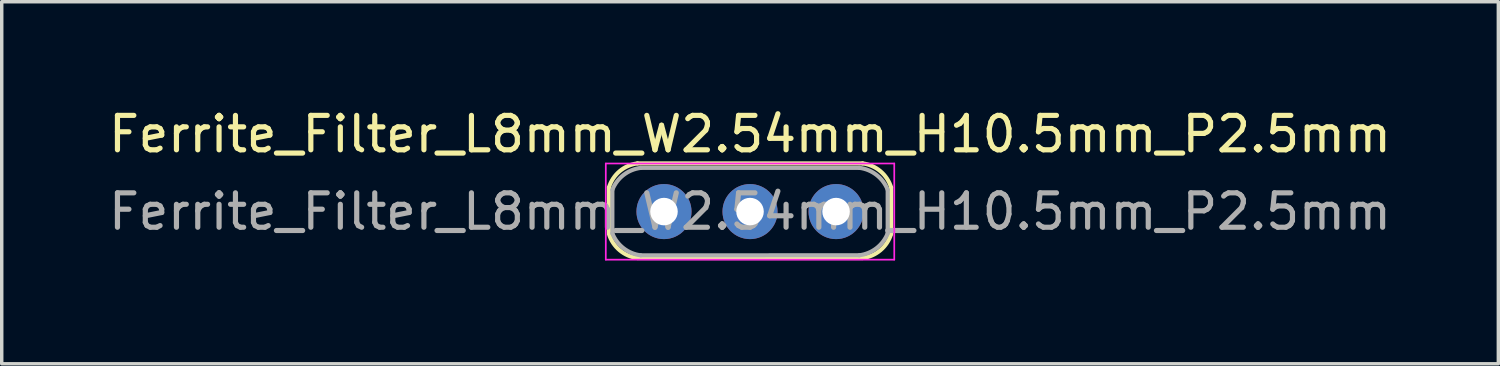
<source format=kicad_pcb>
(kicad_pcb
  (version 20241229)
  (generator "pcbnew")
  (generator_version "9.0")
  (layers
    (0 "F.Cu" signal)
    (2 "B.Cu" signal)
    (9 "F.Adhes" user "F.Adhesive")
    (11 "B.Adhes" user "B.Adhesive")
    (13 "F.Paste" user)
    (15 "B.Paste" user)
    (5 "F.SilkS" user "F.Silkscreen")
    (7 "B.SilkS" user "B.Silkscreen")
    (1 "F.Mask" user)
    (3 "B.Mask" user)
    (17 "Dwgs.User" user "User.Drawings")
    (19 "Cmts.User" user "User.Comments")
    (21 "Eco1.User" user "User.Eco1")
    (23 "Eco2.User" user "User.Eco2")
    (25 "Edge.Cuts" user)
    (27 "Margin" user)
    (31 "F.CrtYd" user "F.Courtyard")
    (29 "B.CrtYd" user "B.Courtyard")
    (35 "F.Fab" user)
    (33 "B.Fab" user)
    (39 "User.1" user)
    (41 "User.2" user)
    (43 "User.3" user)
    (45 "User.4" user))
  (footprint "Ferrite_Filter_L8mm_W2.54mm_H10.5mm_P2.5mm"
    (layer "F.Cu")
    (at 18.744 3.098)
    (property "Reference" "Ferrite_Filter_L8mm_W2.54mm_H10.5mm_P2.5mm" (at 0 -2.25 0) (layer "F.SilkS") (effects (font (size 1 1) (thickness 0.15))))
    (fp_line (start -4.1 0.6) (end -4.1 -0.7) (stroke (width 0.12) (type solid)) (layer "F.SilkS"))
    (fp_line (start -3.27 -1.4) (end 3.27 -1.4) (stroke (width 0.12) (type solid)) (layer "F.SilkS"))
    (fp_line (start -3.27 1.35) (end 3.27 1.35) (stroke (width 0.12) (type solid)) (layer "F.SilkS"))
    (fp_line (start 4.1 0.65) (end 4.1 -0.7) (stroke (width 0.12) (type solid)) (layer "F.SilkS"))
    (fp_arc (start -4.1 -0.7) (mid -3.788893 -1.172863) (end -3.270438 -1.399998) (stroke (width 0.12) (type solid)) (layer "F.SilkS"))
    (fp_arc (start -3.270438 1.35) (mid -3.788877 1.122844) (end -4.1 0.65) (stroke (width 0.12) (type solid)) (layer "F.SilkS"))
    (fp_arc (start 3.270438 -1.4) (mid 3.788877 -1.172844) (end 4.1 -0.7) (stroke (width 0.12) (type solid)) (layer "F.SilkS"))
    (fp_arc (start 4.1 0.650002) (mid 3.788893 1.122865) (end 3.270438 1.35) (stroke (width 0.12) (type solid)) (layer "F.SilkS"))
    (fp_line (start -4.191 -1.397) (end 4.191 -1.397) (stroke (width 0.05) (type solid)) (layer "F.CrtYd"))
    (fp_line (start -4.191 1.397) (end -4.191 -1.397) (stroke (width 0.05) (type solid)) (layer "F.CrtYd"))
    (fp_line (start 4.191 -1.397) (end 4.191 1.397) (stroke (width 0.05) (type solid)) (layer "F.CrtYd"))
    (fp_line (start 4.191 1.397) (end -4.191 1.397) (stroke (width 0.05) (type solid)) (layer "F.CrtYd"))
    (fp_line (start -4 0.635) (end -4 -0.633) (stroke (width 0.12) (type solid)) (layer "F.Fab"))
    (fp_line (start -3.175 1.271) (end 3.175 1.27) (stroke (width 0.12) (type solid)) (layer "F.Fab"))
    (fp_line (start -3.175 -1.27) (end 3.175 -1.27) (stroke (width 0.12) (type solid)) (layer "F.Fab"))
    (fp_line (start 4 0.635) (end 4 -0.635) (stroke (width 0.12) (type solid)) (layer "F.Fab"))
    (fp_arc (start -4.000465 -0.633428) (mid -3.674657 -1.06443) (end -3.175001 -1.269998) (stroke (width 0.12) (type solid)) (layer "F.Fab"))
    (fp_arc (start -3.175187 1.27149) (mid -3.674505 1.065872) (end -3.999998 0.634999) (stroke (width 0.12) (type solid)) (layer "F.Fab"))
    (fp_arc (start 3.175189 -1.27149) (mid 3.674507 -1.065872) (end 4 -0.634999) (stroke (width 0.12) (type solid)) (layer "F.Fab"))
    (fp_arc (start 4.000467 0.633428) (mid 3.674659 1.06443) (end 3.175003 1.269998) (stroke (width 0.12) (type solid)) (layer "F.Fab"))
    (fp_text user "${REFERENCE}" (at 0 0 0) (layer "F.Fab") (effects (font (size 1 1) (thickness 0.15))))
    (pad "1" thru_hole circle (at -2.5 0) (size 1.6 1.6) (drill 0.8) (layers "*.Cu" "*.Mask"))
    (pad "2" thru_hole circle (at 0 0) (size 1.6 1.6) (drill 0.8) (layers "*.Cu" "*.Mask"))
    (pad "3" thru_hole circle (at 2.5 0) (size 1.6 1.6) (drill 0.8) (layers "*.Cu" "*.Mask")))
  (gr_rect
    (start -3 -3)
    (end 40.488 7.52)
    (stroke (width 0.1) (type default))
    (fill no)
    (layer "Edge.Cuts")))
</source>
